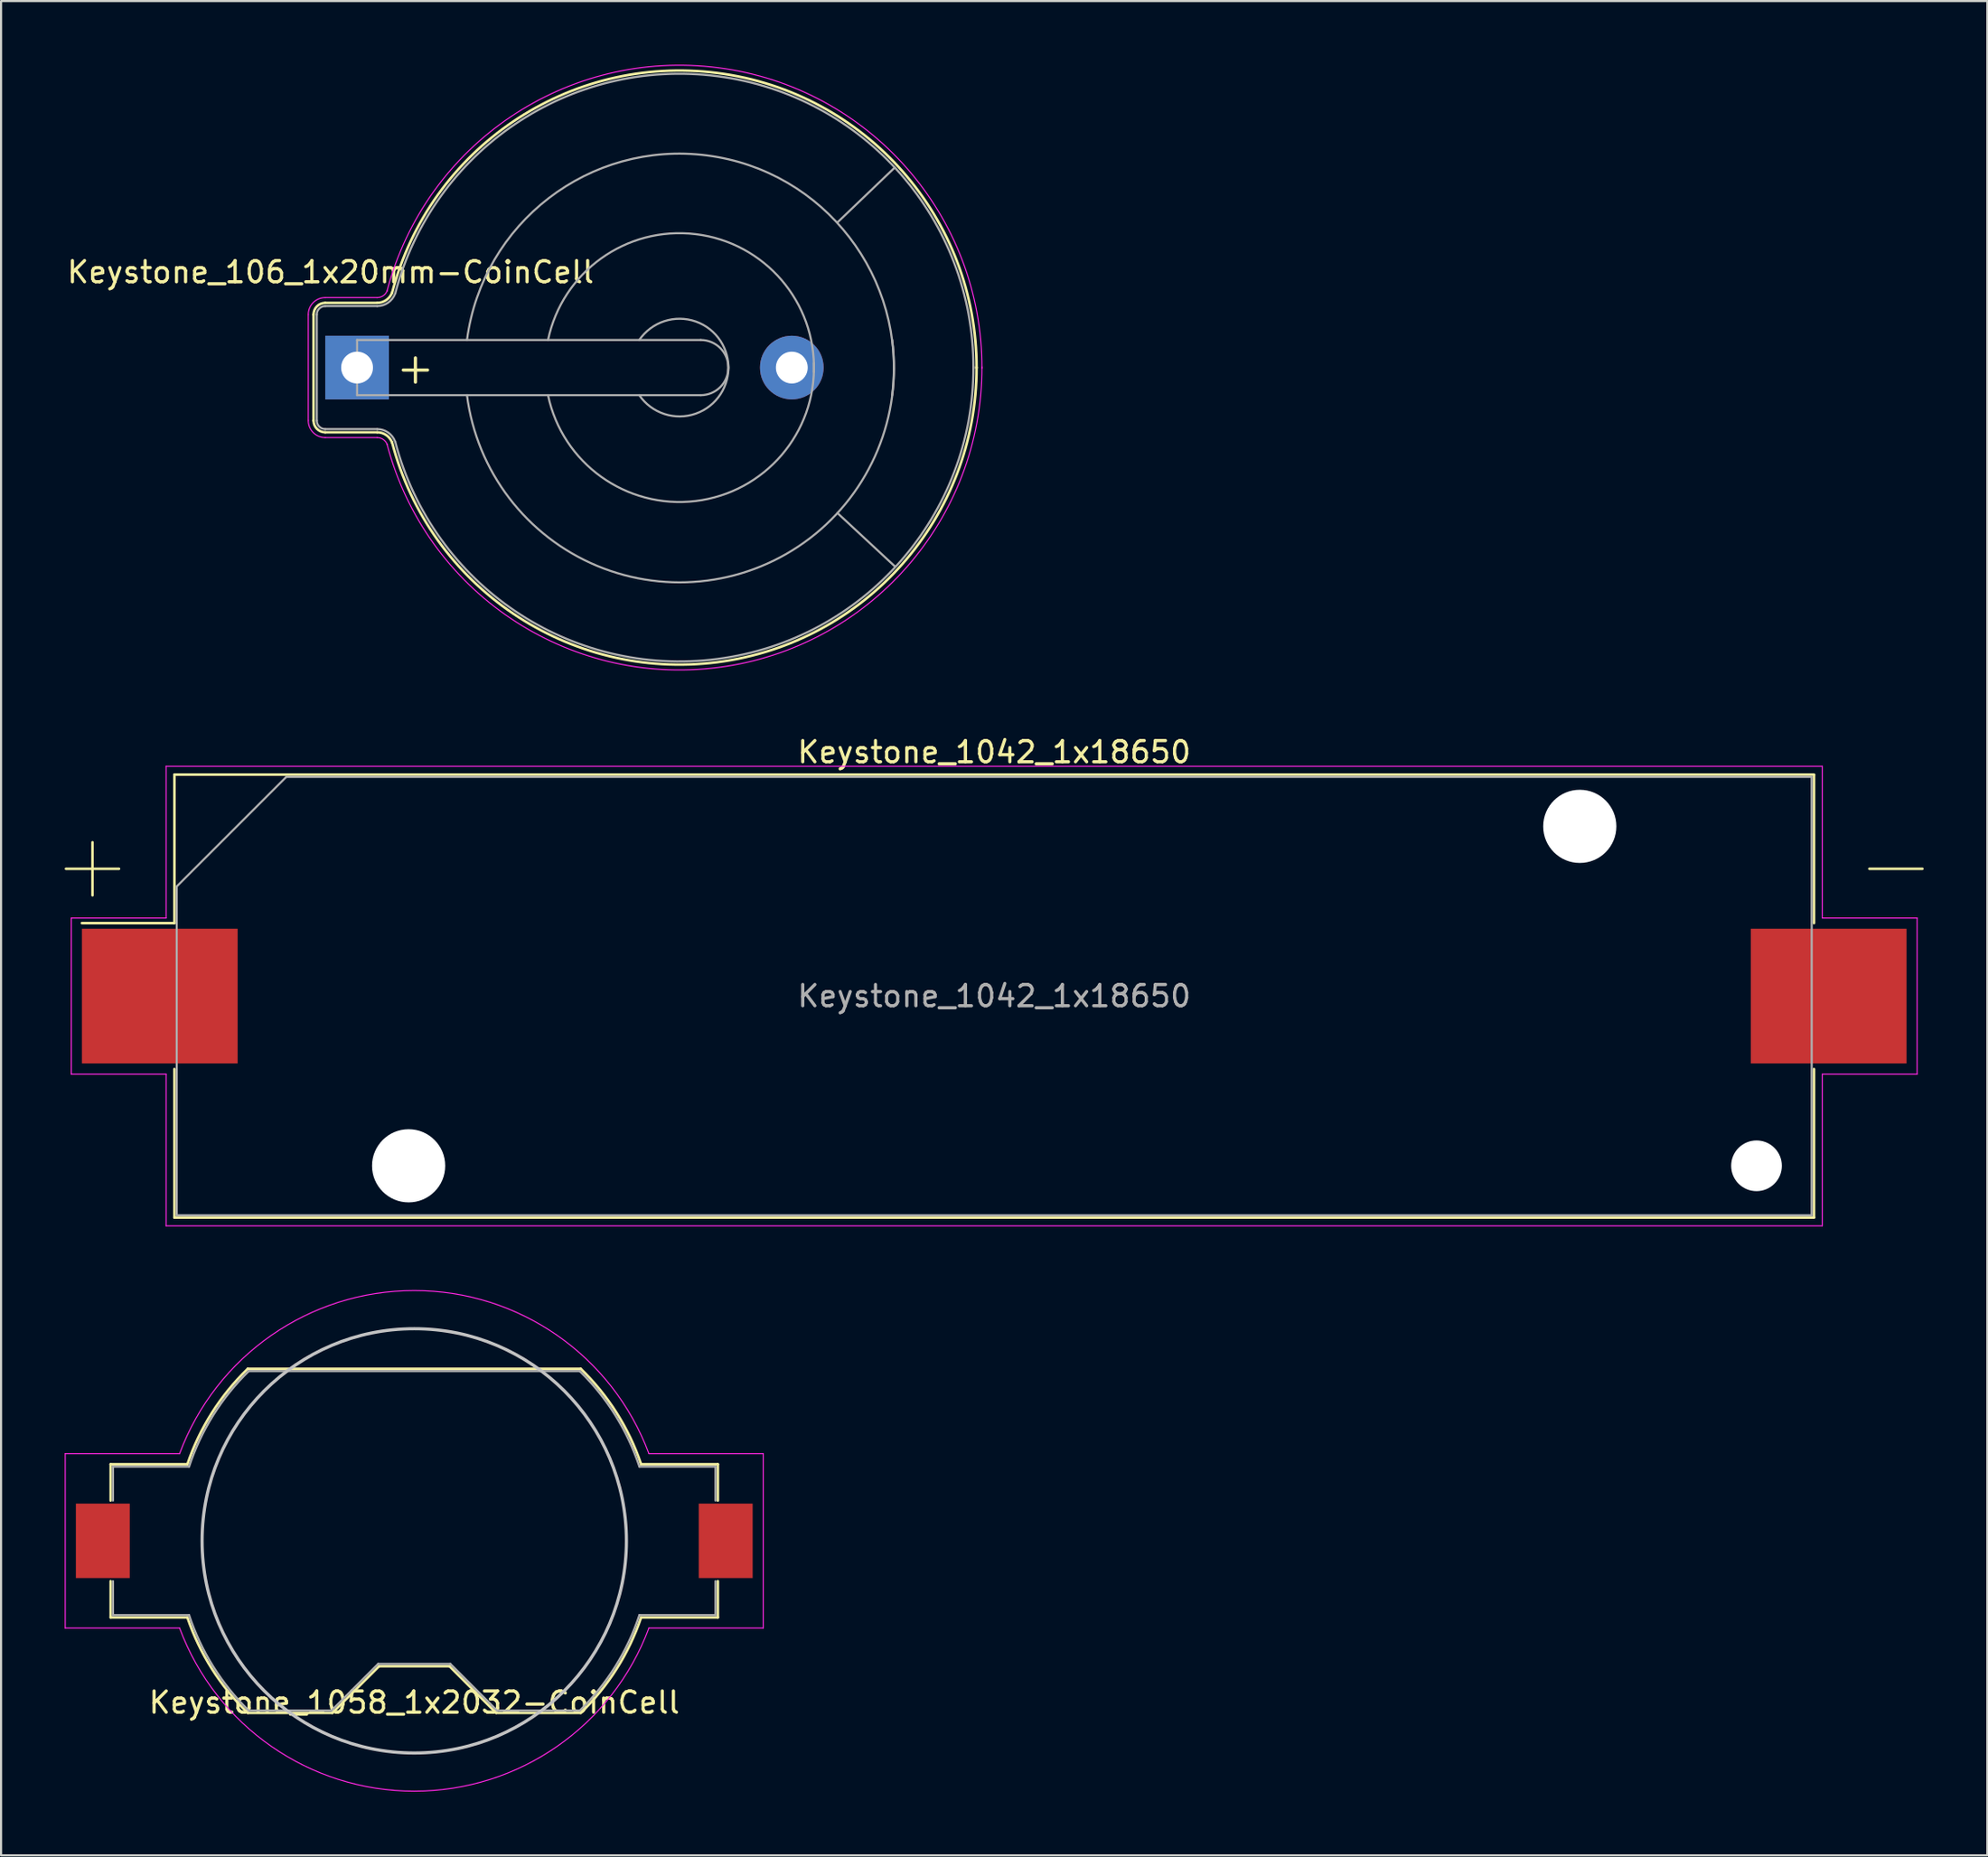
<source format=kicad_pcb>
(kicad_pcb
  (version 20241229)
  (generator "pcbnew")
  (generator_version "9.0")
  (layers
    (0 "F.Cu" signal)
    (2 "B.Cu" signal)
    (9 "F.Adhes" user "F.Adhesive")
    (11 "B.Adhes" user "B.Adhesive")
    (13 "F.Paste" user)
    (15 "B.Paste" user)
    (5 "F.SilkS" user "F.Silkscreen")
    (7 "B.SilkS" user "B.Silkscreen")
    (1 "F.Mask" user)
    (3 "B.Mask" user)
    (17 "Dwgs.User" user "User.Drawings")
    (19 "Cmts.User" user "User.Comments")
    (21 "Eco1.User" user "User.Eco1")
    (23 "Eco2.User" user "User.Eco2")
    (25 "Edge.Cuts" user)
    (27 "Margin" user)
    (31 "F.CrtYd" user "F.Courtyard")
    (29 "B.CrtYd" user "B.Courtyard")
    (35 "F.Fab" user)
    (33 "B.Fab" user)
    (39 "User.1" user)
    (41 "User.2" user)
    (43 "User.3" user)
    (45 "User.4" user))
  (footprint "Keystone_106_1x20mm-CoinCell"
    (layer "F.Cu")
    (at 13.78 14.277)
    (property "Reference" "Keystone_106_1x20mm-CoinCell" (at -1.25 -4.5 0) (layer "F.SilkS") (effects (font (size 1 1) (thickness 0.15))))
    (attr through_hole)
    (fp_line (start -2.05 -2.5) (end -2.05 2.5) (stroke (width 0.12) (type solid)) (layer "F.SilkS"))
    (fp_line (start -1.5 3.05) (end 0.95 3.05) (stroke (width 0.12) (type solid)) (layer "F.SilkS"))
    (fp_line (start 0.95 -3.05) (end -1.5 -3.05) (stroke (width 0.12) (type solid)) (layer "F.SilkS"))
    (fp_arc (start -2.05 -2.5) (mid -1.888909 -2.888909) (end -1.5 -3.05) (stroke (width 0.12) (type solid)) (layer "F.SilkS"))
    (fp_arc (start -1.5 3.05) (mid -1.888909 2.888909) (end -2.05 2.5) (stroke (width 0.12) (type solid)) (layer "F.SilkS"))
    (fp_arc (start 0.95 3.05) (mid 1.380182 3.185636) (end 1.654769 3.543485) (stroke (width 0.12) (type solid)) (layer "F.SilkS"))
    (fp_arc (start 1.65 -3.52) (mid 16.981862 -13.885887) (end 29.199738 0.015231) (stroke (width 0.12) (type solid)) (layer "F.SilkS"))
    (fp_arc (start 1.654769 -3.543485) (mid 1.380182 -3.185636) (end 0.95 -3.05) (stroke (width 0.12) (type solid)) (layer "F.SilkS"))
    (fp_arc (start 29.199738 -0.015231) (mid 16.981862 13.885887) (end 1.65 3.52) (stroke (width 0.12) (type solid)) (layer "F.SilkS"))
    (fp_line (start -2.3 -2.5) (end -2.3 2.5) (stroke (width 0.05) (type solid)) (layer "F.CrtYd"))
    (fp_line (start -1.5 3.3) (end 0.95 3.3) (stroke (width 0.05) (type solid)) (layer "F.CrtYd"))
    (fp_line (start 0.95 -3.3) (end -1.5 -3.3) (stroke (width 0.05) (type solid)) (layer "F.CrtYd"))
    (fp_arc (start -2.3 -2.5) (mid -2.065685 -3.065685) (end -1.5 -3.3) (stroke (width 0.05) (type solid)) (layer "F.CrtYd"))
    (fp_arc (start -1.5 3.3) (mid -2.065685 3.065685) (end -2.3 2.5) (stroke (width 0.05) (type solid)) (layer "F.CrtYd"))
    (fp_arc (start 0.95 3.3) (mid 1.236788 3.390424) (end 1.419846 3.62899) (stroke (width 0.05) (type solid)) (layer "F.CrtYd"))
    (fp_arc (start 1.41 -3.6) (mid 17.030934 -14.134065) (end 29.452124 0.032591) (stroke (width 0.05) (type solid)) (layer "F.CrtYd"))
    (fp_arc (start 1.419846 -3.62899) (mid 1.236788 -3.390424) (end 0.95 -3.3) (stroke (width 0.05) (type solid)) (layer "F.CrtYd"))
    (fp_arc (start 29.452124 -0.032591) (mid 17.030934 14.134065) (end 1.41 3.6) (stroke (width 0.05) (type solid)) (layer "F.CrtYd"))
    (fp_line (start -1.9 -2.5) (end -1.9 2.5) (stroke (width 0.1) (type solid)) (layer "F.Fab"))
    (fp_line (start -1.5 2.9) (end 0.95 2.9) (stroke (width 0.1) (type solid)) (layer "F.Fab"))
    (fp_line (start 0 -1.3) (end 0 1.3) (stroke (width 0.1) (type solid)) (layer "F.Fab"))
    (fp_line (start 0 1.3) (end 16.2 1.3) (stroke (width 0.1) (type solid)) (layer "F.Fab"))
    (fp_line (start 0.95 -2.9) (end -1.5 -2.9) (stroke (width 0.1) (type solid)) (layer "F.Fab"))
    (fp_line (start 16.2 -1.3) (end 0 -1.3) (stroke (width 0.1) (type solid)) (layer "F.Fab"))
    (fp_line (start 22.644 6.858) (end 25.35 9.373) (stroke (width 0.1) (type solid)) (layer "F.Fab"))
    (fp_line (start 22.657 -6.858) (end 25.342 -9.429) (stroke (width 0.1) (type solid)) (layer "F.Fab"))
    (fp_arc (start -1.9 -2.5) (mid -1.782843 -2.782843) (end -1.5 -2.9) (stroke (width 0.1) (type solid)) (layer "F.Fab"))
    (fp_arc (start -1.5 2.9) (mid -1.782843 2.782843) (end -1.9 2.5) (stroke (width 0.1) (type solid)) (layer "F.Fab"))
    (fp_arc (start 0.95 2.9) (mid 1.466219 3.062763) (end 1.795723 3.492182) (stroke (width 0.1) (type solid)) (layer "F.Fab"))
    (fp_arc (start 1.795723 -3.492182) (mid 1.466219 -3.062763) (end 0.95 -2.9) (stroke (width 0.1) (type solid)) (layer "F.Fab"))
    (fp_arc (start 1.8 -3.5) (mid 16.980951 -13.734563) (end 29.049508 0.033425) (stroke (width 0.1) (type solid)) (layer "F.Fab"))
    (fp_arc (start 5.18 -1.3) (mid 16.5 -10.02) (end 25.22 1.3) (stroke (width 0.1) (type solid)) (layer "F.Fab"))
    (fp_arc (start 9 -1.3) (mid 15.954687 -6.28971) (end 21.531551 0.203631) (stroke (width 0.1) (type solid)) (layer "F.Fab"))
    (fp_arc (start 13.3 -1.3) (mid 15.963947 -2.171724) (end 17.495448 0.175833) (stroke (width 0.1) (type solid)) (layer "F.Fab"))
    (fp_arc (start 16.2 -1.3) (mid 17.5 0) (end 16.2 1.3) (stroke (width 0.1) (type solid)) (layer "F.Fab"))
    (fp_arc (start 17.495448 -0.175833) (mid 15.963947 2.171724) (end 13.3 1.3) (stroke (width 0.1) (type solid)) (layer "F.Fab"))
    (fp_arc (start 21.531551 -0.203631) (mid 15.954687 6.28971) (end 9 1.3) (stroke (width 0.1) (type solid)) (layer "F.Fab"))
    (fp_arc (start 25.22 -1.3) (mid 16.5 10.02) (end 5.18 1.3) (stroke (width 0.1) (type solid)) (layer "F.Fab"))
    (fp_arc (start 29.049508 -0.033425) (mid 16.980951 13.734562) (end 1.8 3.5) (stroke (width 0.1) (type solid)) (layer "F.Fab"))
    (fp_text user "+" (at 2.75 0 0) (layer "F.SilkS") (effects (font (size 1.5 1.5) (thickness 0.15))))
    (pad "1" thru_hole rect (at 0 0) (size 3 3) (drill 1.5) (layers "*.Cu" "*.Mask"))
    (pad "2" thru_hole circle (at 20.49 0) (size 3 3) (drill 1.5) (layers "*.Cu" "*.Mask")))
  (footprint "Keystone_1042_1x18650"
    (layer "F.Cu")
    (at 43.81 43.903)
    (property "Reference" "Keystone_1042_1x18650" (at 0 -11.5 0) (layer "F.SilkS") (effects (font (size 1 1) (thickness 0.15))))
    (attr smd)
    (fp_line (start -43.75 -6) (end -41.25 -6) (stroke (width 0.12) (type solid)) (layer "F.SilkS"))
    (fp_line (start -42.5 -4.75) (end -42.5 -7.25) (stroke (width 0.12) (type solid)) (layer "F.SilkS"))
    (fp_line (start -38.64 -10.44) (end -38.64 -3.44) (stroke (width 0.12) (type solid)) (layer "F.SilkS"))
    (fp_line (start -38.64 -3.44) (end -43 -3.44) (stroke (width 0.12) (type solid)) (layer "F.SilkS"))
    (fp_line (start -38.64 10.44) (end -38.64 3.44) (stroke (width 0.12) (type solid)) (layer "F.SilkS"))
    (fp_line (start 38.64 -10.44) (end -38.64 -10.44) (stroke (width 0.12) (type solid)) (layer "F.SilkS"))
    (fp_line (start 38.64 -3.44) (end 38.64 -10.42) (stroke (width 0.12) (type solid)) (layer "F.SilkS"))
    (fp_line (start 38.64 3.44) (end 38.64 10.44) (stroke (width 0.12) (type solid)) (layer "F.SilkS"))
    (fp_line (start 38.64 10.44) (end -38.64 10.44) (stroke (width 0.12) (type solid)) (layer "F.SilkS"))
    (fp_line (start 43.75 -6) (end 41.25 -6) (stroke (width 0.12) (type solid)) (layer "F.SilkS"))
    (fp_line (start -43.5 -3.68) (end -39.03 -3.68) (stroke (width 0.05) (type solid)) (layer "F.CrtYd"))
    (fp_line (start -43.5 3.68) (end -43.5 -3.68) (stroke (width 0.05) (type solid)) (layer "F.CrtYd"))
    (fp_line (start -39.03 -10.83) (end -39.03 -3.68) (stroke (width 0.05) (type solid)) (layer "F.CrtYd"))
    (fp_line (start -39.03 -10.83) (end 39.03 -10.83) (stroke (width 0.05) (type solid)) (layer "F.CrtYd"))
    (fp_line (start -39.03 3.68) (end -43.5 3.68) (stroke (width 0.05) (type solid)) (layer "F.CrtYd"))
    (fp_line (start -39.03 10.83) (end -39.03 3.68) (stroke (width 0.05) (type solid)) (layer "F.CrtYd"))
    (fp_line (start -39.03 10.83) (end 39.03 10.83) (stroke (width 0.05) (type solid)) (layer "F.CrtYd"))
    (fp_line (start 39.03 -10.83) (end 39.03 -3.68) (stroke (width 0.05) (type solid)) (layer "F.CrtYd"))
    (fp_line (start 39.03 3.68) (end 43.5 3.68) (stroke (width 0.05) (type solid)) (layer "F.CrtYd"))
    (fp_line (start 39.03 10.83) (end 39.03 3.68) (stroke (width 0.05) (type solid)) (layer "F.CrtYd"))
    (fp_line (start 43.5 -3.68) (end 39.03 -3.68) (stroke (width 0.05) (type solid)) (layer "F.CrtYd"))
    (fp_line (start 43.5 3.68) (end 43.5 -3.68) (stroke (width 0.05) (type solid)) (layer "F.CrtYd"))
    (fp_line (start -38.53 -5.168) (end -38.53 10.33) (stroke (width 0.1) (type solid)) (layer "F.Fab"))
    (fp_line (start -38.53 10.33) (end 38.53 10.33) (stroke (width 0.1) (type solid)) (layer "F.Fab"))
    (fp_line (start -33.367 -10.33) (end -38.53 -5.168) (stroke (width 0.1) (type solid)) (layer "F.Fab"))
    (fp_line (start -33.367 -10.33) (end 38.53 -10.33) (stroke (width 0.1) (type solid)) (layer "F.Fab"))
    (fp_line (start 38.53 -10.33) (end 38.53 10.33) (stroke (width 0.1) (type solid)) (layer "F.Fab"))
    (fp_text user "${REFERENCE}" (at 0 0 0) (layer "F.Fab") (effects (font (size 1 1) (thickness 0.15))))
    (pad "" np_thru_hole circle (at -27.6 8) (size 3.45 3.45) (drill 3.45) (layers "*.Cu" "*.Mask"))
    (pad "" np_thru_hole circle (at 27.6 -8) (size 3.45 3.45) (drill 3.45) (layers "*.Cu" "*.Mask"))
    (pad "" np_thru_hole circle (at 35.93 8) (size 2.39 2.39) (drill 2.39) (layers "*.Cu" "*.Mask"))
    (pad "1" smd rect (at -39.33 0) (size 7.34 6.35) (layers "F.Cu" "F.Mask" "F.Paste"))
    (pad "2" smd rect (at 39.33 0) (size 7.34 6.35) (layers "F.Cu" "F.Mask" "F.Paste")))
  (footprint "Keystone_1058_1x2032-CoinCell"
    (layer "F.Cu")
    (at 16.475 69.582)
    (property "Reference" "Keystone_1058_1x2032-CoinCell" (at 0 7.62 0) (layer "F.SilkS") (effects (font (size 1 1) (thickness 0.15))))
    (attr smd)
    (fp_line (start -14.31 -3.61) (end -10.692 -3.61) (stroke (width 0.12) (type solid)) (layer "F.SilkS"))
    (fp_line (start -14.31 -1.9) (end -14.31 -3.61) (stroke (width 0.12) (type solid)) (layer "F.SilkS"))
    (fp_line (start -14.31 1.9) (end -14.31 3.61) (stroke (width 0.12) (type solid)) (layer "F.SilkS"))
    (fp_line (start -10.692 3.61) (end -14.31 3.61) (stroke (width 0.12) (type solid)) (layer "F.SilkS"))
    (fp_line (start -7.847 -8.11) (end 7.847 -8.11) (stroke (width 0.12) (type solid)) (layer "F.SilkS"))
    (fp_line (start -3.86 8.11) (end -7.847 8.11) (stroke (width 0.12) (type solid)) (layer "F.SilkS"))
    (fp_line (start -1.66 5.91) (end -3.86 8.11) (stroke (width 0.12) (type solid)) (layer "F.SilkS"))
    (fp_line (start 1.66 5.91) (end -1.66 5.91) (stroke (width 0.12) (type solid)) (layer "F.SilkS"))
    (fp_line (start 1.66 5.91) (end 3.86 8.11) (stroke (width 0.12) (type solid)) (layer "F.SilkS"))
    (fp_line (start 7.847 8.11) (end 3.86 8.11) (stroke (width 0.12) (type solid)) (layer "F.SilkS"))
    (fp_line (start 10.692 -3.61) (end 14.31 -3.61) (stroke (width 0.12) (type solid)) (layer "F.SilkS"))
    (fp_line (start 14.31 -1.9) (end 14.31 -3.61) (stroke (width 0.12) (type solid)) (layer "F.SilkS"))
    (fp_line (start 14.31 1.9) (end 14.31 3.61) (stroke (width 0.12) (type solid)) (layer "F.SilkS"))
    (fp_line (start 14.31 3.61) (end 10.692 3.61) (stroke (width 0.12) (type solid)) (layer "F.SilkS"))
    (fp_arc (start -10.692 -3.61) (mid -9.538084 -6.031244) (end -7.845371 -8.111789) (stroke (width 0.12) (type solid)) (layer "F.SilkS"))
    (fp_arc (start -7.845371 8.111789) (mid -9.538085 6.031244) (end -10.692 3.61) (stroke (width 0.12) (type solid)) (layer "F.SilkS"))
    (fp_arc (start 7.845371 -8.111789) (mid 9.538085 -6.031244) (end 10.692 -3.61) (stroke (width 0.12) (type solid)) (layer "F.SilkS"))
    (fp_arc (start 10.692 3.61) (mid 9.538084 6.031244) (end 7.845371 8.111789) (stroke (width 0.12) (type solid)) (layer "F.SilkS"))
    (fp_circle (center 0 0) (end 10 0) (stroke (width 0.15) (type solid)) (fill no) (layer "Dwgs.User"))
    (fp_line (start -16.45 -4.11) (end -16.45 4.11) (stroke (width 0.05) (type solid)) (layer "F.CrtYd"))
    (fp_line (start -16.45 -4.11) (end -11.06 -4.11) (stroke (width 0.05) (type solid)) (layer "F.CrtYd"))
    (fp_line (start -16.45 4.11) (end -11.06 4.11) (stroke (width 0.05) (type solid)) (layer "F.CrtYd"))
    (fp_line (start 11.06 4.11) (end 16.45 4.11) (stroke (width 0.05) (type solid)) (layer "F.CrtYd"))
    (fp_line (start 16.45 -4.11) (end 11.06 -4.11) (stroke (width 0.05) (type solid)) (layer "F.CrtYd"))
    (fp_line (start 16.45 4.11) (end 16.45 -4.11) (stroke (width 0.05) (type solid)) (layer "F.CrtYd"))
    (fp_arc (start -11.06 -4.11) (mid -0.002978 -11.79897) (end 11.057924 -4.115582) (stroke (width 0.05) (type solid)) (layer "F.CrtYd"))
    (fp_arc (start 11.06 4.11) (mid 0.002978 11.79897) (end -11.057924 4.115582) (stroke (width 0.05) (type solid)) (layer "F.CrtYd"))
    (fp_line (start -14.2 -3.5) (end -14.2 -1.9) (stroke (width 0.1) (type solid)) (layer "F.Fab"))
    (fp_line (start -14.2 -3.5) (end -10.613 -3.5) (stroke (width 0.1) (type solid)) (layer "F.Fab"))
    (fp_line (start -14.2 1.9) (end -14.2 3.5) (stroke (width 0.1) (type solid)) (layer "F.Fab"))
    (fp_line (start -14.2 3.5) (end -10.613 3.5) (stroke (width 0.1) (type solid)) (layer "F.Fab"))
    (fp_line (start -7.803 -8) (end 7.803 -8) (stroke (width 0.1) (type solid)) (layer "F.Fab"))
    (fp_line (start -3.9 8) (end -7.803 8) (stroke (width 0.1) (type solid)) (layer "F.Fab"))
    (fp_line (start -1.7 5.8) (end -3.9 8) (stroke (width 0.1) (type solid)) (layer "F.Fab"))
    (fp_line (start -1.7 5.8) (end 1.7 5.8) (stroke (width 0.1) (type solid)) (layer "F.Fab"))
    (fp_line (start 1.7 5.8) (end 3.9 8) (stroke (width 0.1) (type solid)) (layer "F.Fab"))
    (fp_line (start 3.9 8) (end 7.803 8) (stroke (width 0.1) (type solid)) (layer "F.Fab"))
    (fp_line (start 10.613 -3.5) (end 14.2 -3.5) (stroke (width 0.1) (type solid)) (layer "F.Fab"))
    (fp_line (start 14.2 -3.5) (end 14.2 -1.9) (stroke (width 0.1) (type solid)) (layer "F.Fab"))
    (fp_line (start 14.2 1.9) (end 14.2 3.5) (stroke (width 0.1) (type solid)) (layer "F.Fab"))
    (fp_line (start 14.2 3.5) (end 10.613 3.5) (stroke (width 0.1) (type solid)) (layer "F.Fab"))
    (fp_arc (start -10.61275 -3.5) (mid -9.478596 -5.919179) (end -7.802602 -7.999992) (stroke (width 0.1) (type solid)) (layer "F.Fab"))
    (fp_arc (start -7.802602 7.999992) (mid -9.478596 5.91918) (end -10.61275 3.5) (stroke (width 0.1) (type solid)) (layer "F.Fab"))
    (fp_arc (start 7.802602 -7.999992) (mid 9.478596 -5.91918) (end 10.61275 -3.5) (stroke (width 0.1) (type solid)) (layer "F.Fab"))
    (fp_arc (start 10.61275 3.5) (mid 9.478596 5.919179) (end 7.802602 7.999992) (stroke (width 0.1) (type solid)) (layer "F.Fab"))
    (pad "1" smd rect (at -14.68 0) (size 2.54 3.51) (layers "F.Cu" "F.Mask" "F.Paste"))
    (pad "2" smd rect (at 14.68 0) (size 2.54 3.51) (layers "F.Cu" "F.Mask" "F.Paste")))
  (gr_rect
    (start -3 -3)
    (end 90.62 84.406)
    (stroke (width 0.1) (type default))
    (fill no)
    (layer "Edge.Cuts")))
</source>
